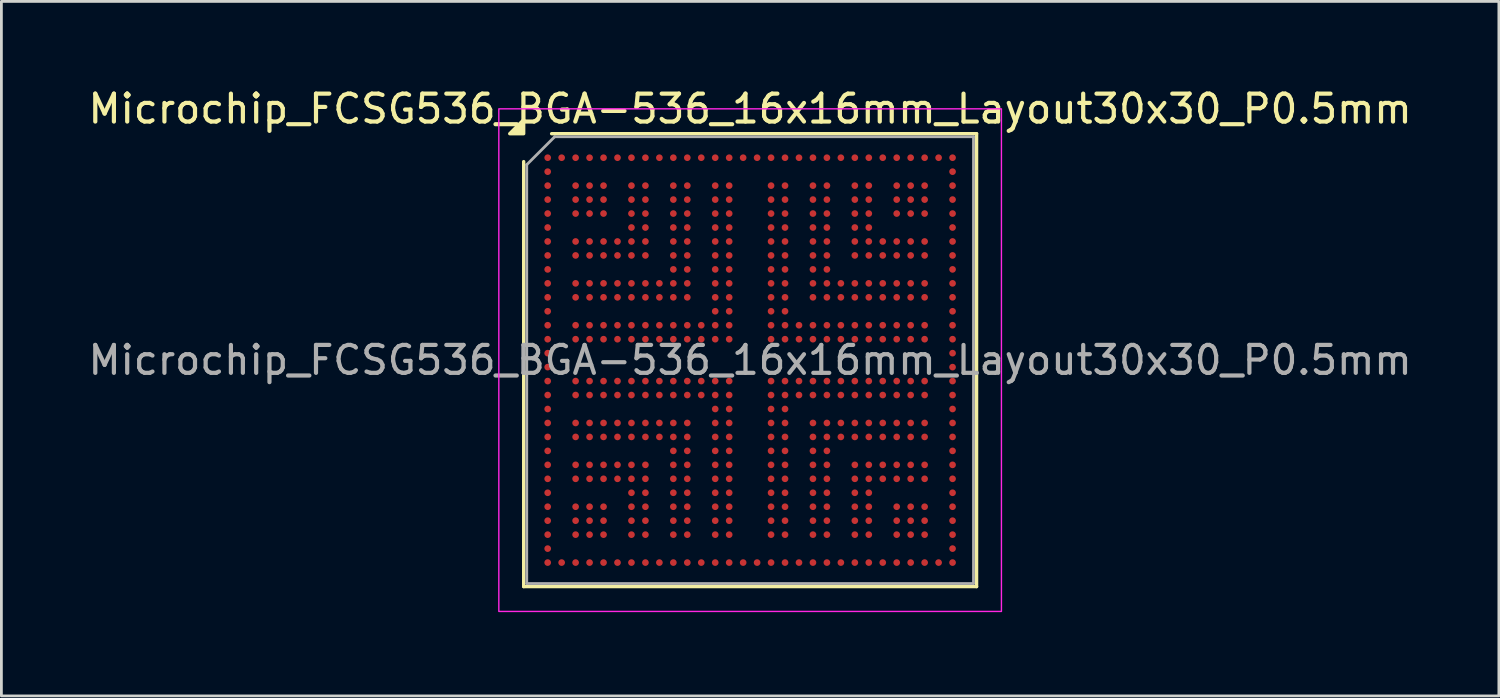
<source format=kicad_pcb>
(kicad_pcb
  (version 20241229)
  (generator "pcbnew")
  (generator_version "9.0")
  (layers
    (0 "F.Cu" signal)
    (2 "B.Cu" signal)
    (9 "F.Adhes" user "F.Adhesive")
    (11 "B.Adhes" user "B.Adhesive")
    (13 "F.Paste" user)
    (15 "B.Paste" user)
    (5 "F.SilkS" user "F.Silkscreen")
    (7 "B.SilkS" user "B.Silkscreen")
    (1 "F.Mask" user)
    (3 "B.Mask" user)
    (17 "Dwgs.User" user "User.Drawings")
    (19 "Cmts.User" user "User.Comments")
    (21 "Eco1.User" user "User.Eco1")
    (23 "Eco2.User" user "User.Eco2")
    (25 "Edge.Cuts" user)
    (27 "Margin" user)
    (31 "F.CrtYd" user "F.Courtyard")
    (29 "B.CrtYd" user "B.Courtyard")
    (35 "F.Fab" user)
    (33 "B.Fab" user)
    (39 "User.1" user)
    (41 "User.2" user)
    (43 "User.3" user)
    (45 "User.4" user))
  (footprint "Microchip_FCSG536_BGA-536_16x16mm_Layout30x30_P0.5mm"
    (layer "F.Cu")
    (at 23.815 9.848)
    (property "Reference" "Microchip_FCSG536_BGA-536_16x16mm_Layout30x30_P0.5mm" (at 0 -9 0) (layer "F.SilkS") (effects (font (size 1 1) (thickness 0.15))))
    (attr smd)
    (fp_line (start -8.11 8.11) (end -8.11 -7.11) (stroke (width 0.12) (type solid)) (layer "F.SilkS"))
    (fp_line (start -7.11 -8.11) (end 8.11 -8.11) (stroke (width 0.12) (type solid)) (layer "F.SilkS"))
    (fp_line (start 8.11 -8.11) (end 8.11 8.11) (stroke (width 0.12) (type solid)) (layer "F.SilkS"))
    (fp_line (start 8.11 8.11) (end -8.11 8.11) (stroke (width 0.12) (type solid)) (layer "F.SilkS"))
    (fp_poly (pts (xy -8.11 -8.11) (xy -8.61 -8.11) (xy -8.11 -8.61)) (stroke (width 0.12) (type solid)) (fill yes) (layer "F.SilkS"))
    (fp_rect (start -9 -9) (end 9 9) (stroke (width 0.05) (type solid)) (fill no) (layer "F.CrtYd"))
    (fp_line (start -8 -7) (end -7 -8) (stroke (width 0.1) (type solid)) (layer "F.Fab"))
    (fp_line (start -8 8) (end -8 -7) (stroke (width 0.1) (type solid)) (layer "F.Fab"))
    (fp_line (start -7 -8) (end 8 -8) (stroke (width 0.1) (type solid)) (layer "F.Fab"))
    (fp_line (start 8 -8) (end 8 8) (stroke (width 0.1) (type solid)) (layer "F.Fab"))
    (fp_line (start 8 8) (end -8 8) (stroke (width 0.1) (type solid)) (layer "F.Fab"))
    (fp_text user "${REFERENCE}" (at 0 0 0) (layer "F.Fab") (effects (font (size 1 1) (thickness 0.15))))
    (pad "A1" smd circle (at -7.25 -7.25) (size 0.24 0.24) (property pad_prop_bga) (layers "F.Cu" "F.Mask" "F.Paste"))
    (pad "A2" smd circle (at -6.75 -7.25) (size 0.24 0.24) (property pad_prop_bga) (layers "F.Cu" "F.Mask" "F.Paste"))
    (pad "A3" smd circle (at -6.25 -7.25) (size 0.24 0.24) (property pad_prop_bga) (layers "F.Cu" "F.Mask" "F.Paste"))
    (pad "A4" smd circle (at -5.75 -7.25) (size 0.24 0.24) (property pad_prop_bga) (layers "F.Cu" "F.Mask" "F.Paste"))
    (pad "A5" smd circle (at -5.25 -7.25) (size 0.24 0.24) (property pad_prop_bga) (layers "F.Cu" "F.Mask" "F.Paste"))
    (pad "A6" smd circle (at -4.75 -7.25) (size 0.24 0.24) (property pad_prop_bga) (layers "F.Cu" "F.Mask" "F.Paste"))
    (pad "A7" smd circle (at -4.25 -7.25) (size 0.24 0.24) (property pad_prop_bga) (layers "F.Cu" "F.Mask" "F.Paste"))
    (pad "A8" smd circle (at -3.75 -7.25) (size 0.24 0.24) (property pad_prop_bga) (layers "F.Cu" "F.Mask" "F.Paste"))
    (pad "A9" smd circle (at -3.25 -7.25) (size 0.24 0.24) (property pad_prop_bga) (layers "F.Cu" "F.Mask" "F.Paste"))
    (pad "A10" smd circle (at -2.75 -7.25) (size 0.24 0.24) (property pad_prop_bga) (layers "F.Cu" "F.Mask" "F.Paste"))
    (pad "A11" smd circle (at -2.25 -7.25) (size 0.24 0.24) (property pad_prop_bga) (layers "F.Cu" "F.Mask" "F.Paste"))
    (pad "A12" smd circle (at -1.75 -7.25) (size 0.24 0.24) (property pad_prop_bga) (layers "F.Cu" "F.Mask" "F.Paste"))
    (pad "A13" smd circle (at -1.25 -7.25) (size 0.24 0.24) (property pad_prop_bga) (layers "F.Cu" "F.Mask" "F.Paste"))
    (pad "A14" smd circle (at -0.75 -7.25) (size 0.24 0.24) (property pad_prop_bga) (layers "F.Cu" "F.Mask" "F.Paste"))
    (pad "A15" smd circle (at -0.25 -7.25) (size 0.24 0.24) (property pad_prop_bga) (layers "F.Cu" "F.Mask" "F.Paste"))
    (pad "A16" smd circle (at 0.25 -7.25) (size 0.24 0.24) (property pad_prop_bga) (layers "F.Cu" "F.Mask" "F.Paste"))
    (pad "A17" smd circle (at 0.75 -7.25) (size 0.24 0.24) (property pad_prop_bga) (layers "F.Cu" "F.Mask" "F.Paste"))
    (pad "A18" smd circle (at 1.25 -7.25) (size 0.24 0.24) (property pad_prop_bga) (layers "F.Cu" "F.Mask" "F.Paste"))
    (pad "A19" smd circle (at 1.75 -7.25) (size 0.24 0.24) (property pad_prop_bga) (layers "F.Cu" "F.Mask" "F.Paste"))
    (pad "A20" smd circle (at 2.25 -7.25) (size 0.24 0.24) (property pad_prop_bga) (layers "F.Cu" "F.Mask" "F.Paste"))
    (pad "A21" smd circle (at 2.75 -7.25) (size 0.24 0.24) (property pad_prop_bga) (layers "F.Cu" "F.Mask" "F.Paste"))
    (pad "A22" smd circle (at 3.25 -7.25) (size 0.24 0.24) (property pad_prop_bga) (layers "F.Cu" "F.Mask" "F.Paste"))
    (pad "A23" smd circle (at 3.75 -7.25) (size 0.24 0.24) (property pad_prop_bga) (layers "F.Cu" "F.Mask" "F.Paste"))
    (pad "A24" smd circle (at 4.25 -7.25) (size 0.24 0.24) (property pad_prop_bga) (layers "F.Cu" "F.Mask" "F.Paste"))
    (pad "A25" smd circle (at 4.75 -7.25) (size 0.24 0.24) (property pad_prop_bga) (layers "F.Cu" "F.Mask" "F.Paste"))
    (pad "A26" smd circle (at 5.25 -7.25) (size 0.24 0.24) (property pad_prop_bga) (layers "F.Cu" "F.Mask" "F.Paste"))
    (pad "A27" smd circle (at 5.75 -7.25) (size 0.24 0.24) (property pad_prop_bga) (layers "F.Cu" "F.Mask" "F.Paste"))
    (pad "A28" smd circle (at 6.25 -7.25) (size 0.24 0.24) (property pad_prop_bga) (layers "F.Cu" "F.Mask" "F.Paste"))
    (pad "A29" smd circle (at 6.75 -7.25) (size 0.24 0.24) (property pad_prop_bga) (layers "F.Cu" "F.Mask" "F.Paste"))
    (pad "A30" smd circle (at 7.25 -7.25) (size 0.24 0.24) (property pad_prop_bga) (layers "F.Cu" "F.Mask" "F.Paste"))
    (pad "AA1" smd circle (at -7.25 2.75) (size 0.24 0.24) (property pad_prop_bga) (layers "F.Cu" "F.Mask" "F.Paste"))
    (pad "AA3" smd circle (at -6.25 2.75) (size 0.24 0.24) (property pad_prop_bga) (layers "F.Cu" "F.Mask" "F.Paste"))
    (pad "AA4" smd circle (at -5.75 2.75) (size 0.24 0.24) (property pad_prop_bga) (layers "F.Cu" "F.Mask" "F.Paste"))
    (pad "AA5" smd circle (at -5.25 2.75) (size 0.24 0.24) (property pad_prop_bga) (layers "F.Cu" "F.Mask" "F.Paste"))
    (pad "AA6" smd circle (at -4.75 2.75) (size 0.24 0.24) (property pad_prop_bga) (layers "F.Cu" "F.Mask" "F.Paste"))
    (pad "AA7" smd circle (at -4.25 2.75) (size 0.24 0.24) (property pad_prop_bga) (layers "F.Cu" "F.Mask" "F.Paste"))
    (pad "AA8" smd circle (at -3.75 2.75) (size 0.24 0.24) (property pad_prop_bga) (layers "F.Cu" "F.Mask" "F.Paste"))
    (pad "AA9" smd circle (at -3.25 2.75) (size 0.24 0.24) (property pad_prop_bga) (layers "F.Cu" "F.Mask" "F.Paste"))
    (pad "AA10" smd circle (at -2.75 2.75) (size 0.24 0.24) (property pad_prop_bga) (layers "F.Cu" "F.Mask" "F.Paste"))
    (pad "AA11" smd circle (at -2.25 2.75) (size 0.24 0.24) (property pad_prop_bga) (layers "F.Cu" "F.Mask" "F.Paste"))
    (pad "AA13" smd circle (at -1.25 2.75) (size 0.24 0.24) (property pad_prop_bga) (layers "F.Cu" "F.Mask" "F.Paste"))
    (pad "AA14" smd circle (at -0.75 2.75) (size 0.24 0.24) (property pad_prop_bga) (layers "F.Cu" "F.Mask" "F.Paste"))
    (pad "AA17" smd circle (at 0.75 2.75) (size 0.24 0.24) (property pad_prop_bga) (layers "F.Cu" "F.Mask" "F.Paste"))
    (pad "AA18" smd circle (at 1.25 2.75) (size 0.24 0.24) (property pad_prop_bga) (layers "F.Cu" "F.Mask" "F.Paste"))
    (pad "AA20" smd circle (at 2.25 2.75) (size 0.24 0.24) (property pad_prop_bga) (layers "F.Cu" "F.Mask" "F.Paste"))
    (pad "AA21" smd circle (at 2.75 2.75) (size 0.24 0.24) (property pad_prop_bga) (layers "F.Cu" "F.Mask" "F.Paste"))
    (pad "AA22" smd circle (at 3.25 2.75) (size 0.24 0.24) (property pad_prop_bga) (layers "F.Cu" "F.Mask" "F.Paste"))
    (pad "AA23" smd circle (at 3.75 2.75) (size 0.24 0.24) (property pad_prop_bga) (layers "F.Cu" "F.Mask" "F.Paste"))
    (pad "AA24" smd circle (at 4.25 2.75) (size 0.24 0.24) (property pad_prop_bga) (layers "F.Cu" "F.Mask" "F.Paste"))
    (pad "AA25" smd circle (at 4.75 2.75) (size 0.24 0.24) (property pad_prop_bga) (layers "F.Cu" "F.Mask" "F.Paste"))
    (pad "AA26" smd circle (at 5.25 2.75) (size 0.24 0.24) (property pad_prop_bga) (layers "F.Cu" "F.Mask" "F.Paste"))
    (pad "AA27" smd circle (at 5.75 2.75) (size 0.24 0.24) (property pad_prop_bga) (layers "F.Cu" "F.Mask" "F.Paste"))
    (pad "AA28" smd circle (at 6.25 2.75) (size 0.24 0.24) (property pad_prop_bga) (layers "F.Cu" "F.Mask" "F.Paste"))
    (pad "AA30" smd circle (at 7.25 2.75) (size 0.24 0.24) (property pad_prop_bga) (layers "F.Cu" "F.Mask" "F.Paste"))
    (pad "AB1" smd circle (at -7.25 3.25) (size 0.24 0.24) (property pad_prop_bga) (layers "F.Cu" "F.Mask" "F.Paste"))
    (pad "AB10" smd circle (at -2.75 3.25) (size 0.24 0.24) (property pad_prop_bga) (layers "F.Cu" "F.Mask" "F.Paste"))
    (pad "AB11" smd circle (at -2.25 3.25) (size 0.24 0.24) (property pad_prop_bga) (layers "F.Cu" "F.Mask" "F.Paste"))
    (pad "AB13" smd circle (at -1.25 3.25) (size 0.24 0.24) (property pad_prop_bga) (layers "F.Cu" "F.Mask" "F.Paste"))
    (pad "AB14" smd circle (at -0.75 3.25) (size 0.24 0.24) (property pad_prop_bga) (layers "F.Cu" "F.Mask" "F.Paste"))
    (pad "AB17" smd circle (at 0.75 3.25) (size 0.24 0.24) (property pad_prop_bga) (layers "F.Cu" "F.Mask" "F.Paste"))
    (pad "AB18" smd circle (at 1.25 3.25) (size 0.24 0.24) (property pad_prop_bga) (layers "F.Cu" "F.Mask" "F.Paste"))
    (pad "AB20" smd circle (at 2.25 3.25) (size 0.24 0.24) (property pad_prop_bga) (layers "F.Cu" "F.Mask" "F.Paste"))
    (pad "AB21" smd circle (at 2.75 3.25) (size 0.24 0.24) (property pad_prop_bga) (layers "F.Cu" "F.Mask" "F.Paste"))
    (pad "AB30" smd circle (at 7.25 3.25) (size 0.24 0.24) (property pad_prop_bga) (layers "F.Cu" "F.Mask" "F.Paste"))
    (pad "AC1" smd circle (at -7.25 3.75) (size 0.24 0.24) (property pad_prop_bga) (layers "F.Cu" "F.Mask" "F.Paste"))
    (pad "AC3" smd circle (at -6.25 3.75) (size 0.24 0.24) (property pad_prop_bga) (layers "F.Cu" "F.Mask" "F.Paste"))
    (pad "AC4" smd circle (at -5.75 3.75) (size 0.24 0.24) (property pad_prop_bga) (layers "F.Cu" "F.Mask" "F.Paste"))
    (pad "AC5" smd circle (at -5.25 3.75) (size 0.24 0.24) (property pad_prop_bga) (layers "F.Cu" "F.Mask" "F.Paste"))
    (pad "AC6" smd circle (at -4.75 3.75) (size 0.24 0.24) (property pad_prop_bga) (layers "F.Cu" "F.Mask" "F.Paste"))
    (pad "AC7" smd circle (at -4.25 3.75) (size 0.24 0.24) (property pad_prop_bga) (layers "F.Cu" "F.Mask" "F.Paste"))
    (pad "AC8" smd circle (at -3.75 3.75) (size 0.24 0.24) (property pad_prop_bga) (layers "F.Cu" "F.Mask" "F.Paste"))
    (pad "AC10" smd circle (at -2.75 3.75) (size 0.24 0.24) (property pad_prop_bga) (layers "F.Cu" "F.Mask" "F.Paste"))
    (pad "AC11" smd circle (at -2.25 3.75) (size 0.24 0.24) (property pad_prop_bga) (layers "F.Cu" "F.Mask" "F.Paste"))
    (pad "AC13" smd circle (at -1.25 3.75) (size 0.24 0.24) (property pad_prop_bga) (layers "F.Cu" "F.Mask" "F.Paste"))
    (pad "AC14" smd circle (at -0.75 3.75) (size 0.24 0.24) (property pad_prop_bga) (layers "F.Cu" "F.Mask" "F.Paste"))
    (pad "AC17" smd circle (at 0.75 3.75) (size 0.24 0.24) (property pad_prop_bga) (layers "F.Cu" "F.Mask" "F.Paste"))
    (pad "AC18" smd circle (at 1.25 3.75) (size 0.24 0.24) (property pad_prop_bga) (layers "F.Cu" "F.Mask" "F.Paste"))
    (pad "AC20" smd circle (at 2.25 3.75) (size 0.24 0.24) (property pad_prop_bga) (layers "F.Cu" "F.Mask" "F.Paste"))
    (pad "AC21" smd circle (at 2.75 3.75) (size 0.24 0.24) (property pad_prop_bga) (layers "F.Cu" "F.Mask" "F.Paste"))
    (pad "AC23" smd circle (at 3.75 3.75) (size 0.24 0.24) (property pad_prop_bga) (layers "F.Cu" "F.Mask" "F.Paste"))
    (pad "AC24" smd circle (at 4.25 3.75) (size 0.24 0.24) (property pad_prop_bga) (layers "F.Cu" "F.Mask" "F.Paste"))
    (pad "AC25" smd circle (at 4.75 3.75) (size 0.24 0.24) (property pad_prop_bga) (layers "F.Cu" "F.Mask" "F.Paste"))
    (pad "AC26" smd circle (at 5.25 3.75) (size 0.24 0.24) (property pad_prop_bga) (layers "F.Cu" "F.Mask" "F.Paste"))
    (pad "AC27" smd circle (at 5.75 3.75) (size 0.24 0.24) (property pad_prop_bga) (layers "F.Cu" "F.Mask" "F.Paste"))
    (pad "AC28" smd circle (at 6.25 3.75) (size 0.24 0.24) (property pad_prop_bga) (layers "F.Cu" "F.Mask" "F.Paste"))
    (pad "AC30" smd circle (at 7.25 3.75) (size 0.24 0.24) (property pad_prop_bga) (layers "F.Cu" "F.Mask" "F.Paste"))
    (pad "AD1" smd circle (at -7.25 4.25) (size 0.24 0.24) (property pad_prop_bga) (layers "F.Cu" "F.Mask" "F.Paste"))
    (pad "AD3" smd circle (at -6.25 4.25) (size 0.24 0.24) (property pad_prop_bga) (layers "F.Cu" "F.Mask" "F.Paste"))
    (pad "AD4" smd circle (at -5.75 4.25) (size 0.24 0.24) (property pad_prop_bga) (layers "F.Cu" "F.Mask" "F.Paste"))
    (pad "AD5" smd circle (at -5.25 4.25) (size 0.24 0.24) (property pad_prop_bga) (layers "F.Cu" "F.Mask" "F.Paste"))
    (pad "AD6" smd circle (at -4.75 4.25) (size 0.24 0.24) (property pad_prop_bga) (layers "F.Cu" "F.Mask" "F.Paste"))
    (pad "AD7" smd circle (at -4.25 4.25) (size 0.24 0.24) (property pad_prop_bga) (layers "F.Cu" "F.Mask" "F.Paste"))
    (pad "AD8" smd circle (at -3.75 4.25) (size 0.24 0.24) (property pad_prop_bga) (layers "F.Cu" "F.Mask" "F.Paste"))
    (pad "AD10" smd circle (at -2.75 4.25) (size 0.24 0.24) (property pad_prop_bga) (layers "F.Cu" "F.Mask" "F.Paste"))
    (pad "AD11" smd circle (at -2.25 4.25) (size 0.24 0.24) (property pad_prop_bga) (layers "F.Cu" "F.Mask" "F.Paste"))
    (pad "AD13" smd circle (at -1.25 4.25) (size 0.24 0.24) (property pad_prop_bga) (layers "F.Cu" "F.Mask" "F.Paste"))
    (pad "AD14" smd circle (at -0.75 4.25) (size 0.24 0.24) (property pad_prop_bga) (layers "F.Cu" "F.Mask" "F.Paste"))
    (pad "AD17" smd circle (at 0.75 4.25) (size 0.24 0.24) (property pad_prop_bga) (layers "F.Cu" "F.Mask" "F.Paste"))
    (pad "AD18" smd circle (at 1.25 4.25) (size 0.24 0.24) (property pad_prop_bga) (layers "F.Cu" "F.Mask" "F.Paste"))
    (pad "AD20" smd circle (at 2.25 4.25) (size 0.24 0.24) (property pad_prop_bga) (layers "F.Cu" "F.Mask" "F.Paste"))
    (pad "AD21" smd circle (at 2.75 4.25) (size 0.24 0.24) (property pad_prop_bga) (layers "F.Cu" "F.Mask" "F.Paste"))
    (pad "AD23" smd circle (at 3.75 4.25) (size 0.24 0.24) (property pad_prop_bga) (layers "F.Cu" "F.Mask" "F.Paste"))
    (pad "AD24" smd circle (at 4.25 4.25) (size 0.24 0.24) (property pad_prop_bga) (layers "F.Cu" "F.Mask" "F.Paste"))
    (pad "AD25" smd circle (at 4.75 4.25) (size 0.24 0.24) (property pad_prop_bga) (layers "F.Cu" "F.Mask" "F.Paste"))
    (pad "AD26" smd circle (at 5.25 4.25) (size 0.24 0.24) (property pad_prop_bga) (layers "F.Cu" "F.Mask" "F.Paste"))
    (pad "AD27" smd circle (at 5.75 4.25) (size 0.24 0.24) (property pad_prop_bga) (layers "F.Cu" "F.Mask" "F.Paste"))
    (pad "AD28" smd circle (at 6.25 4.25) (size 0.24 0.24) (property pad_prop_bga) (layers "F.Cu" "F.Mask" "F.Paste"))
    (pad "AD30" smd circle (at 7.25 4.25) (size 0.24 0.24) (property pad_prop_bga) (layers "F.Cu" "F.Mask" "F.Paste"))
    (pad "AE1" smd circle (at -7.25 4.75) (size 0.24 0.24) (property pad_prop_bga) (layers "F.Cu" "F.Mask" "F.Paste"))
    (pad "AE7" smd circle (at -4.25 4.75) (size 0.24 0.24) (property pad_prop_bga) (layers "F.Cu" "F.Mask" "F.Paste"))
    (pad "AE8" smd circle (at -3.75 4.75) (size 0.24 0.24) (property pad_prop_bga) (layers "F.Cu" "F.Mask" "F.Paste"))
    (pad "AE10" smd circle (at -2.75 4.75) (size 0.24 0.24) (property pad_prop_bga) (layers "F.Cu" "F.Mask" "F.Paste"))
    (pad "AE11" smd circle (at -2.25 4.75) (size 0.24 0.24) (property pad_prop_bga) (layers "F.Cu" "F.Mask" "F.Paste"))
    (pad "AE13" smd circle (at -1.25 4.75) (size 0.24 0.24) (property pad_prop_bga) (layers "F.Cu" "F.Mask" "F.Paste"))
    (pad "AE14" smd circle (at -0.75 4.75) (size 0.24 0.24) (property pad_prop_bga) (layers "F.Cu" "F.Mask" "F.Paste"))
    (pad "AE17" smd circle (at 0.75 4.75) (size 0.24 0.24) (property pad_prop_bga) (layers "F.Cu" "F.Mask" "F.Paste"))
    (pad "AE18" smd circle (at 1.25 4.75) (size 0.24 0.24) (property pad_prop_bga) (layers "F.Cu" "F.Mask" "F.Paste"))
    (pad "AE20" smd circle (at 2.25 4.75) (size 0.24 0.24) (property pad_prop_bga) (layers "F.Cu" "F.Mask" "F.Paste"))
    (pad "AE21" smd circle (at 2.75 4.75) (size 0.24 0.24) (property pad_prop_bga) (layers "F.Cu" "F.Mask" "F.Paste"))
    (pad "AE23" smd circle (at 3.75 4.75) (size 0.24 0.24) (property pad_prop_bga) (layers "F.Cu" "F.Mask" "F.Paste"))
    (pad "AE24" smd circle (at 4.25 4.75) (size 0.24 0.24) (property pad_prop_bga) (layers "F.Cu" "F.Mask" "F.Paste"))
    (pad "AE30" smd circle (at 7.25 4.75) (size 0.24 0.24) (property pad_prop_bga) (layers "F.Cu" "F.Mask" "F.Paste"))
    (pad "AF1" smd circle (at -7.25 5.25) (size 0.24 0.24) (property pad_prop_bga) (layers "F.Cu" "F.Mask" "F.Paste"))
    (pad "AF3" smd circle (at -6.25 5.25) (size 0.24 0.24) (property pad_prop_bga) (layers "F.Cu" "F.Mask" "F.Paste"))
    (pad "AF4" smd circle (at -5.75 5.25) (size 0.24 0.24) (property pad_prop_bga) (layers "F.Cu" "F.Mask" "F.Paste"))
    (pad "AF5" smd circle (at -5.25 5.25) (size 0.24 0.24) (property pad_prop_bga) (layers "F.Cu" "F.Mask" "F.Paste"))
    (pad "AF7" smd circle (at -4.25 5.25) (size 0.24 0.24) (property pad_prop_bga) (layers "F.Cu" "F.Mask" "F.Paste"))
    (pad "AF8" smd circle (at -3.75 5.25) (size 0.24 0.24) (property pad_prop_bga) (layers "F.Cu" "F.Mask" "F.Paste"))
    (pad "AF10" smd circle (at -2.75 5.25) (size 0.24 0.24) (property pad_prop_bga) (layers "F.Cu" "F.Mask" "F.Paste"))
    (pad "AF11" smd circle (at -2.25 5.25) (size 0.24 0.24) (property pad_prop_bga) (layers "F.Cu" "F.Mask" "F.Paste"))
    (pad "AF13" smd circle (at -1.25 5.25) (size 0.24 0.24) (property pad_prop_bga) (layers "F.Cu" "F.Mask" "F.Paste"))
    (pad "AF14" smd circle (at -0.75 5.25) (size 0.24 0.24) (property pad_prop_bga) (layers "F.Cu" "F.Mask" "F.Paste"))
    (pad "AF17" smd circle (at 0.75 5.25) (size 0.24 0.24) (property pad_prop_bga) (layers "F.Cu" "F.Mask" "F.Paste"))
    (pad "AF18" smd circle (at 1.25 5.25) (size 0.24 0.24) (property pad_prop_bga) (layers "F.Cu" "F.Mask" "F.Paste"))
    (pad "AF20" smd circle (at 2.25 5.25) (size 0.24 0.24) (property pad_prop_bga) (layers "F.Cu" "F.Mask" "F.Paste"))
    (pad "AF21" smd circle (at 2.75 5.25) (size 0.24 0.24) (property pad_prop_bga) (layers "F.Cu" "F.Mask" "F.Paste"))
    (pad "AF23" smd circle (at 3.75 5.25) (size 0.24 0.24) (property pad_prop_bga) (layers "F.Cu" "F.Mask" "F.Paste"))
    (pad "AF24" smd circle (at 4.25 5.25) (size 0.24 0.24) (property pad_prop_bga) (layers "F.Cu" "F.Mask" "F.Paste"))
    (pad "AF26" smd circle (at 5.25 5.25) (size 0.24 0.24) (property pad_prop_bga) (layers "F.Cu" "F.Mask" "F.Paste"))
    (pad "AF27" smd circle (at 5.75 5.25) (size 0.24 0.24) (property pad_prop_bga) (layers "F.Cu" "F.Mask" "F.Paste"))
    (pad "AF28" smd circle (at 6.25 5.25) (size 0.24 0.24) (property pad_prop_bga) (layers "F.Cu" "F.Mask" "F.Paste"))
    (pad "AF30" smd circle (at 7.25 5.25) (size 0.24 0.24) (property pad_prop_bga) (layers "F.Cu" "F.Mask" "F.Paste"))
    (pad "AG1" smd circle (at -7.25 5.75) (size 0.24 0.24) (property pad_prop_bga) (layers "F.Cu" "F.Mask" "F.Paste"))
    (pad "AG3" smd circle (at -6.25 5.75) (size 0.24 0.24) (property pad_prop_bga) (layers "F.Cu" "F.Mask" "F.Paste"))
    (pad "AG4" smd circle (at -5.75 5.75) (size 0.24 0.24) (property pad_prop_bga) (layers "F.Cu" "F.Mask" "F.Paste"))
    (pad "AG5" smd circle (at -5.25 5.75) (size 0.24 0.24) (property pad_prop_bga) (layers "F.Cu" "F.Mask" "F.Paste"))
    (pad "AG7" smd circle (at -4.25 5.75) (size 0.24 0.24) (property pad_prop_bga) (layers "F.Cu" "F.Mask" "F.Paste"))
    (pad "AG8" smd circle (at -3.75 5.75) (size 0.24 0.24) (property pad_prop_bga) (layers "F.Cu" "F.Mask" "F.Paste"))
    (pad "AG10" smd circle (at -2.75 5.75) (size 0.24 0.24) (property pad_prop_bga) (layers "F.Cu" "F.Mask" "F.Paste"))
    (pad "AG11" smd circle (at -2.25 5.75) (size 0.24 0.24) (property pad_prop_bga) (layers "F.Cu" "F.Mask" "F.Paste"))
    (pad "AG13" smd circle (at -1.25 5.75) (size 0.24 0.24) (property pad_prop_bga) (layers "F.Cu" "F.Mask" "F.Paste"))
    (pad "AG14" smd circle (at -0.75 5.75) (size 0.24 0.24) (property pad_prop_bga) (layers "F.Cu" "F.Mask" "F.Paste"))
    (pad "AG17" smd circle (at 0.75 5.75) (size 0.24 0.24) (property pad_prop_bga) (layers "F.Cu" "F.Mask" "F.Paste"))
    (pad "AG18" smd circle (at 1.25 5.75) (size 0.24 0.24) (property pad_prop_bga) (layers "F.Cu" "F.Mask" "F.Paste"))
    (pad "AG20" smd circle (at 2.25 5.75) (size 0.24 0.24) (property pad_prop_bga) (layers "F.Cu" "F.Mask" "F.Paste"))
    (pad "AG21" smd circle (at 2.75 5.75) (size 0.24 0.24) (property pad_prop_bga) (layers "F.Cu" "F.Mask" "F.Paste"))
    (pad "AG23" smd circle (at 3.75 5.75) (size 0.24 0.24) (property pad_prop_bga) (layers "F.Cu" "F.Mask" "F.Paste"))
    (pad "AG24" smd circle (at 4.25 5.75) (size 0.24 0.24) (property pad_prop_bga) (layers "F.Cu" "F.Mask" "F.Paste"))
    (pad "AG26" smd circle (at 5.25 5.75) (size 0.24 0.24) (property pad_prop_bga) (layers "F.Cu" "F.Mask" "F.Paste"))
    (pad "AG27" smd circle (at 5.75 5.75) (size 0.24 0.24) (property pad_prop_bga) (layers "F.Cu" "F.Mask" "F.Paste"))
    (pad "AG28" smd circle (at 6.25 5.75) (size 0.24 0.24) (property pad_prop_bga) (layers "F.Cu" "F.Mask" "F.Paste"))
    (pad "AG30" smd circle (at 7.25 5.75) (size 0.24 0.24) (property pad_prop_bga) (layers "F.Cu" "F.Mask" "F.Paste"))
    (pad "AH1" smd circle (at -7.25 6.25) (size 0.24 0.24) (property pad_prop_bga) (layers "F.Cu" "F.Mask" "F.Paste"))
    (pad "AH3" smd circle (at -6.25 6.25) (size 0.24 0.24) (property pad_prop_bga) (layers "F.Cu" "F.Mask" "F.Paste"))
    (pad "AH4" smd circle (at -5.75 6.25) (size 0.24 0.24) (property pad_prop_bga) (layers "F.Cu" "F.Mask" "F.Paste"))
    (pad "AH5" smd circle (at -5.25 6.25) (size 0.24 0.24) (property pad_prop_bga) (layers "F.Cu" "F.Mask" "F.Paste"))
    (pad "AH7" smd circle (at -4.25 6.25) (size 0.24 0.24) (property pad_prop_bga) (layers "F.Cu" "F.Mask" "F.Paste"))
    (pad "AH8" smd circle (at -3.75 6.25) (size 0.24 0.24) (property pad_prop_bga) (layers "F.Cu" "F.Mask" "F.Paste"))
    (pad "AH10" smd circle (at -2.75 6.25) (size 0.24 0.24) (property pad_prop_bga) (layers "F.Cu" "F.Mask" "F.Paste"))
    (pad "AH11" smd circle (at -2.25 6.25) (size 0.24 0.24) (property pad_prop_bga) (layers "F.Cu" "F.Mask" "F.Paste"))
    (pad "AH13" smd circle (at -1.25 6.25) (size 0.24 0.24) (property pad_prop_bga) (layers "F.Cu" "F.Mask" "F.Paste"))
    (pad "AH14" smd circle (at -0.75 6.25) (size 0.24 0.24) (property pad_prop_bga) (layers "F.Cu" "F.Mask" "F.Paste"))
    (pad "AH17" smd circle (at 0.75 6.25) (size 0.24 0.24) (property pad_prop_bga) (layers "F.Cu" "F.Mask" "F.Paste"))
    (pad "AH18" smd circle (at 1.25 6.25) (size 0.24 0.24) (property pad_prop_bga) (layers "F.Cu" "F.Mask" "F.Paste"))
    (pad "AH20" smd circle (at 2.25 6.25) (size 0.24 0.24) (property pad_prop_bga) (layers "F.Cu" "F.Mask" "F.Paste"))
    (pad "AH21" smd circle (at 2.75 6.25) (size 0.24 0.24) (property pad_prop_bga) (layers "F.Cu" "F.Mask" "F.Paste"))
    (pad "AH23" smd circle (at 3.75 6.25) (size 0.24 0.24) (property pad_prop_bga) (layers "F.Cu" "F.Mask" "F.Paste"))
    (pad "AH24" smd circle (at 4.25 6.25) (size 0.24 0.24) (property pad_prop_bga) (layers "F.Cu" "F.Mask" "F.Paste"))
    (pad "AH26" smd circle (at 5.25 6.25) (size 0.24 0.24) (property pad_prop_bga) (layers "F.Cu" "F.Mask" "F.Paste"))
    (pad "AH27" smd circle (at 5.75 6.25) (size 0.24 0.24) (property pad_prop_bga) (layers "F.Cu" "F.Mask" "F.Paste"))
    (pad "AH28" smd circle (at 6.25 6.25) (size 0.24 0.24) (property pad_prop_bga) (layers "F.Cu" "F.Mask" "F.Paste"))
    (pad "AH30" smd circle (at 7.25 6.25) (size 0.24 0.24) (property pad_prop_bga) (layers "F.Cu" "F.Mask" "F.Paste"))
    (pad "AJ1" smd circle (at -7.25 6.75) (size 0.24 0.24) (property pad_prop_bga) (layers "F.Cu" "F.Mask" "F.Paste"))
    (pad "AJ30" smd circle (at 7.25 6.75) (size 0.24 0.24) (property pad_prop_bga) (layers "F.Cu" "F.Mask" "F.Paste"))
    (pad "AK1" smd circle (at -7.25 7.25) (size 0.24 0.24) (property pad_prop_bga) (layers "F.Cu" "F.Mask" "F.Paste"))
    (pad "AK2" smd circle (at -6.75 7.25) (size 0.24 0.24) (property pad_prop_bga) (layers "F.Cu" "F.Mask" "F.Paste"))
    (pad "AK3" smd circle (at -6.25 7.25) (size 0.24 0.24) (property pad_prop_bga) (layers "F.Cu" "F.Mask" "F.Paste"))
    (pad "AK4" smd circle (at -5.75 7.25) (size 0.24 0.24) (property pad_prop_bga) (layers "F.Cu" "F.Mask" "F.Paste"))
    (pad "AK5" smd circle (at -5.25 7.25) (size 0.24 0.24) (property pad_prop_bga) (layers "F.Cu" "F.Mask" "F.Paste"))
    (pad "AK6" smd circle (at -4.75 7.25) (size 0.24 0.24) (property pad_prop_bga) (layers "F.Cu" "F.Mask" "F.Paste"))
    (pad "AK7" smd circle (at -4.25 7.25) (size 0.24 0.24) (property pad_prop_bga) (layers "F.Cu" "F.Mask" "F.Paste"))
    (pad "AK8" smd circle (at -3.75 7.25) (size 0.24 0.24) (property pad_prop_bga) (layers "F.Cu" "F.Mask" "F.Paste"))
    (pad "AK9" smd circle (at -3.25 7.25) (size 0.24 0.24) (property pad_prop_bga) (layers "F.Cu" "F.Mask" "F.Paste"))
    (pad "AK10" smd circle (at -2.75 7.25) (size 0.24 0.24) (property pad_prop_bga) (layers "F.Cu" "F.Mask" "F.Paste"))
    (pad "AK11" smd circle (at -2.25 7.25) (size 0.24 0.24) (property pad_prop_bga) (layers "F.Cu" "F.Mask" "F.Paste"))
    (pad "AK12" smd circle (at -1.75 7.25) (size 0.24 0.24) (property pad_prop_bga) (layers "F.Cu" "F.Mask" "F.Paste"))
    (pad "AK13" smd circle (at -1.25 7.25) (size 0.24 0.24) (property pad_prop_bga) (layers "F.Cu" "F.Mask" "F.Paste"))
    (pad "AK14" smd circle (at -0.75 7.25) (size 0.24 0.24) (property pad_prop_bga) (layers "F.Cu" "F.Mask" "F.Paste"))
    (pad "AK15" smd circle (at -0.25 7.25) (size 0.24 0.24) (property pad_prop_bga) (layers "F.Cu" "F.Mask" "F.Paste"))
    (pad "AK16" smd circle (at 0.25 7.25) (size 0.24 0.24) (property pad_prop_bga) (layers "F.Cu" "F.Mask" "F.Paste"))
    (pad "AK17" smd circle (at 0.75 7.25) (size 0.24 0.24) (property pad_prop_bga) (layers "F.Cu" "F.Mask" "F.Paste"))
    (pad "AK18" smd circle (at 1.25 7.25) (size 0.24 0.24) (property pad_prop_bga) (layers "F.Cu" "F.Mask" "F.Paste"))
    (pad "AK19" smd circle (at 1.75 7.25) (size 0.24 0.24) (property pad_prop_bga) (layers "F.Cu" "F.Mask" "F.Paste"))
    (pad "AK20" smd circle (at 2.25 7.25) (size 0.24 0.24) (property pad_prop_bga) (layers "F.Cu" "F.Mask" "F.Paste"))
    (pad "AK21" smd circle (at 2.75 7.25) (size 0.24 0.24) (property pad_prop_bga) (layers "F.Cu" "F.Mask" "F.Paste"))
    (pad "AK22" smd circle (at 3.25 7.25) (size 0.24 0.24) (property pad_prop_bga) (layers "F.Cu" "F.Mask" "F.Paste"))
    (pad "AK23" smd circle (at 3.75 7.25) (size 0.24 0.24) (property pad_prop_bga) (layers "F.Cu" "F.Mask" "F.Paste"))
    (pad "AK24" smd circle (at 4.25 7.25) (size 0.24 0.24) (property pad_prop_bga) (layers "F.Cu" "F.Mask" "F.Paste"))
    (pad "AK25" smd circle (at 4.75 7.25) (size 0.24 0.24) (property pad_prop_bga) (layers "F.Cu" "F.Mask" "F.Paste"))
    (pad "AK26" smd circle (at 5.25 7.25) (size 0.24 0.24) (property pad_prop_bga) (layers "F.Cu" "F.Mask" "F.Paste"))
    (pad "AK27" smd circle (at 5.75 7.25) (size 0.24 0.24) (property pad_prop_bga) (layers "F.Cu" "F.Mask" "F.Paste"))
    (pad "AK28" smd circle (at 6.25 7.25) (size 0.24 0.24) (property pad_prop_bga) (layers "F.Cu" "F.Mask" "F.Paste"))
    (pad "AK29" smd circle (at 6.75 7.25) (size 0.24 0.24) (property pad_prop_bga) (layers "F.Cu" "F.Mask" "F.Paste"))
    (pad "AK30" smd circle (at 7.25 7.25) (size 0.24 0.24) (property pad_prop_bga) (layers "F.Cu" "F.Mask" "F.Paste"))
    (pad "B1" smd circle (at -7.25 -6.75) (size 0.24 0.24) (property pad_prop_bga) (layers "F.Cu" "F.Mask" "F.Paste"))
    (pad "B30" smd circle (at 7.25 -6.75) (size 0.24 0.24) (property pad_prop_bga) (layers "F.Cu" "F.Mask" "F.Paste"))
    (pad "C1" smd circle (at -7.25 -6.25) (size 0.24 0.24) (property pad_prop_bga) (layers "F.Cu" "F.Mask" "F.Paste"))
    (pad "C3" smd circle (at -6.25 -6.25) (size 0.24 0.24) (property pad_prop_bga) (layers "F.Cu" "F.Mask" "F.Paste"))
    (pad "C4" smd circle (at -5.75 -6.25) (size 0.24 0.24) (property pad_prop_bga) (layers "F.Cu" "F.Mask" "F.Paste"))
    (pad "C5" smd circle (at -5.25 -6.25) (size 0.24 0.24) (property pad_prop_bga) (layers "F.Cu" "F.Mask" "F.Paste"))
    (pad "C7" smd circle (at -4.25 -6.25) (size 0.24 0.24) (property pad_prop_bga) (layers "F.Cu" "F.Mask" "F.Paste"))
    (pad "C8" smd circle (at -3.75 -6.25) (size 0.24 0.24) (property pad_prop_bga) (layers "F.Cu" "F.Mask" "F.Paste"))
    (pad "C10" smd circle (at -2.75 -6.25) (size 0.24 0.24) (property pad_prop_bga) (layers "F.Cu" "F.Mask" "F.Paste"))
    (pad "C11" smd circle (at -2.25 -6.25) (size 0.24 0.24) (property pad_prop_bga) (layers "F.Cu" "F.Mask" "F.Paste"))
    (pad "C13" smd circle (at -1.25 -6.25) (size 0.24 0.24) (property pad_prop_bga) (layers "F.Cu" "F.Mask" "F.Paste"))
    (pad "C14" smd circle (at -0.75 -6.25) (size 0.24 0.24) (property pad_prop_bga) (layers "F.Cu" "F.Mask" "F.Paste"))
    (pad "C17" smd circle (at 0.75 -6.25) (size 0.24 0.24) (property pad_prop_bga) (layers "F.Cu" "F.Mask" "F.Paste"))
    (pad "C18" smd circle (at 1.25 -6.25) (size 0.24 0.24) (property pad_prop_bga) (layers "F.Cu" "F.Mask" "F.Paste"))
    (pad "C20" smd circle (at 2.25 -6.25) (size 0.24 0.24) (property pad_prop_bga) (layers "F.Cu" "F.Mask" "F.Paste"))
    (pad "C21" smd circle (at 2.75 -6.25) (size 0.24 0.24) (property pad_prop_bga) (layers "F.Cu" "F.Mask" "F.Paste"))
    (pad "C23" smd circle (at 3.75 -6.25) (size 0.24 0.24) (property pad_prop_bga) (layers "F.Cu" "F.Mask" "F.Paste"))
    (pad "C24" smd circle (at 4.25 -6.25) (size 0.24 0.24) (property pad_prop_bga) (layers "F.Cu" "F.Mask" "F.Paste"))
    (pad "C26" smd circle (at 5.25 -6.25) (size 0.24 0.24) (property pad_prop_bga) (layers "F.Cu" "F.Mask" "F.Paste"))
    (pad "C27" smd circle (at 5.75 -6.25) (size 0.24 0.24) (property pad_prop_bga) (layers "F.Cu" "F.Mask" "F.Paste"))
    (pad "C28" smd circle (at 6.25 -6.25) (size 0.24 0.24) (property pad_prop_bga) (layers "F.Cu" "F.Mask" "F.Paste"))
    (pad "C30" smd circle (at 7.25 -6.25) (size 0.24 0.24) (property pad_prop_bga) (layers "F.Cu" "F.Mask" "F.Paste"))
    (pad "D1" smd circle (at -7.25 -5.75) (size 0.24 0.24) (property pad_prop_bga) (layers "F.Cu" "F.Mask" "F.Paste"))
    (pad "D3" smd circle (at -6.25 -5.75) (size 0.24 0.24) (property pad_prop_bga) (layers "F.Cu" "F.Mask" "F.Paste"))
    (pad "D4" smd circle (at -5.75 -5.75) (size 0.24 0.24) (property pad_prop_bga) (layers "F.Cu" "F.Mask" "F.Paste"))
    (pad "D5" smd circle (at -5.25 -5.75) (size 0.24 0.24) (property pad_prop_bga) (layers "F.Cu" "F.Mask" "F.Paste"))
    (pad "D7" smd circle (at -4.25 -5.75) (size 0.24 0.24) (property pad_prop_bga) (layers "F.Cu" "F.Mask" "F.Paste"))
    (pad "D8" smd circle (at -3.75 -5.75) (size 0.24 0.24) (property pad_prop_bga) (layers "F.Cu" "F.Mask" "F.Paste"))
    (pad "D10" smd circle (at -2.75 -5.75) (size 0.24 0.24) (property pad_prop_bga) (layers "F.Cu" "F.Mask" "F.Paste"))
    (pad "D11" smd circle (at -2.25 -5.75) (size 0.24 0.24) (property pad_prop_bga) (layers "F.Cu" "F.Mask" "F.Paste"))
    (pad "D13" smd circle (at -1.25 -5.75) (size 0.24 0.24) (property pad_prop_bga) (layers "F.Cu" "F.Mask" "F.Paste"))
    (pad "D14" smd circle (at -0.75 -5.75) (size 0.24 0.24) (property pad_prop_bga) (layers "F.Cu" "F.Mask" "F.Paste"))
    (pad "D17" smd circle (at 0.75 -5.75) (size 0.24 0.24) (property pad_prop_bga) (layers "F.Cu" "F.Mask" "F.Paste"))
    (pad "D18" smd circle (at 1.25 -5.75) (size 0.24 0.24) (property pad_prop_bga) (layers "F.Cu" "F.Mask" "F.Paste"))
    (pad "D20" smd circle (at 2.25 -5.75) (size 0.24 0.24) (property pad_prop_bga) (layers "F.Cu" "F.Mask" "F.Paste"))
    (pad "D21" smd circle (at 2.75 -5.75) (size 0.24 0.24) (property pad_prop_bga) (layers "F.Cu" "F.Mask" "F.Paste"))
    (pad "D23" smd circle (at 3.75 -5.75) (size 0.24 0.24) (property pad_prop_bga) (layers "F.Cu" "F.Mask" "F.Paste"))
    (pad "D24" smd circle (at 4.25 -5.75) (size 0.24 0.24) (property pad_prop_bga) (layers "F.Cu" "F.Mask" "F.Paste"))
    (pad "D26" smd circle (at 5.25 -5.75) (size 0.24 0.24) (property pad_prop_bga) (layers "F.Cu" "F.Mask" "F.Paste"))
    (pad "D27" smd circle (at 5.75 -5.75) (size 0.24 0.24) (property pad_prop_bga) (layers "F.Cu" "F.Mask" "F.Paste"))
    (pad "D28" smd circle (at 6.25 -5.75) (size 0.24 0.24) (property pad_prop_bga) (layers "F.Cu" "F.Mask" "F.Paste"))
    (pad "D30" smd circle (at 7.25 -5.75) (size 0.24 0.24) (property pad_prop_bga) (layers "F.Cu" "F.Mask" "F.Paste"))
    (pad "E1" smd circle (at -7.25 -5.25) (size 0.24 0.24) (property pad_prop_bga) (layers "F.Cu" "F.Mask" "F.Paste"))
    (pad "E3" smd circle (at -6.25 -5.25) (size 0.24 0.24) (property pad_prop_bga) (layers "F.Cu" "F.Mask" "F.Paste"))
    (pad "E4" smd circle (at -5.75 -5.25) (size 0.24 0.24) (property pad_prop_bga) (layers "F.Cu" "F.Mask" "F.Paste"))
    (pad "E5" smd circle (at -5.25 -5.25) (size 0.24 0.24) (property pad_prop_bga) (layers "F.Cu" "F.Mask" "F.Paste"))
    (pad "E7" smd circle (at -4.25 -5.25) (size 0.24 0.24) (property pad_prop_bga) (layers "F.Cu" "F.Mask" "F.Paste"))
    (pad "E8" smd circle (at -3.75 -5.25) (size 0.24 0.24) (property pad_prop_bga) (layers "F.Cu" "F.Mask" "F.Paste"))
    (pad "E10" smd circle (at -2.75 -5.25) (size 0.24 0.24) (property pad_prop_bga) (layers "F.Cu" "F.Mask" "F.Paste"))
    (pad "E11" smd circle (at -2.25 -5.25) (size 0.24 0.24) (property pad_prop_bga) (layers "F.Cu" "F.Mask" "F.Paste"))
    (pad "E13" smd circle (at -1.25 -5.25) (size 0.24 0.24) (property pad_prop_bga) (layers "F.Cu" "F.Mask" "F.Paste"))
    (pad "E14" smd circle (at -0.75 -5.25) (size 0.24 0.24) (property pad_prop_bga) (layers "F.Cu" "F.Mask" "F.Paste"))
    (pad "E17" smd circle (at 0.75 -5.25) (size 0.24 0.24) (property pad_prop_bga) (layers "F.Cu" "F.Mask" "F.Paste"))
    (pad "E18" smd circle (at 1.25 -5.25) (size 0.24 0.24) (property pad_prop_bga) (layers "F.Cu" "F.Mask" "F.Paste"))
    (pad "E20" smd circle (at 2.25 -5.25) (size 0.24 0.24) (property pad_prop_bga) (layers "F.Cu" "F.Mask" "F.Paste"))
    (pad "E21" smd circle (at 2.75 -5.25) (size 0.24 0.24) (property pad_prop_bga) (layers "F.Cu" "F.Mask" "F.Paste"))
    (pad "E23" smd circle (at 3.75 -5.25) (size 0.24 0.24) (property pad_prop_bga) (layers "F.Cu" "F.Mask" "F.Paste"))
    (pad "E24" smd circle (at 4.25 -5.25) (size 0.24 0.24) (property pad_prop_bga) (layers "F.Cu" "F.Mask" "F.Paste"))
    (pad "E26" smd circle (at 5.25 -5.25) (size 0.24 0.24) (property pad_prop_bga) (layers "F.Cu" "F.Mask" "F.Paste"))
    (pad "E27" smd circle (at 5.75 -5.25) (size 0.24 0.24) (property pad_prop_bga) (layers "F.Cu" "F.Mask" "F.Paste"))
    (pad "E28" smd circle (at 6.25 -5.25) (size 0.24 0.24) (property pad_prop_bga) (layers "F.Cu" "F.Mask" "F.Paste"))
    (pad "E30" smd circle (at 7.25 -5.25) (size 0.24 0.24) (property pad_prop_bga) (layers "F.Cu" "F.Mask" "F.Paste"))
    (pad "F1" smd circle (at -7.25 -4.75) (size 0.24 0.24) (property pad_prop_bga) (layers "F.Cu" "F.Mask" "F.Paste"))
    (pad "F7" smd circle (at -4.25 -4.75) (size 0.24 0.24) (property pad_prop_bga) (layers "F.Cu" "F.Mask" "F.Paste"))
    (pad "F8" smd circle (at -3.75 -4.75) (size 0.24 0.24) (property pad_prop_bga) (layers "F.Cu" "F.Mask" "F.Paste"))
    (pad "F10" smd circle (at -2.75 -4.75) (size 0.24 0.24) (property pad_prop_bga) (layers "F.Cu" "F.Mask" "F.Paste"))
    (pad "F11" smd circle (at -2.25 -4.75) (size 0.24 0.24) (property pad_prop_bga) (layers "F.Cu" "F.Mask" "F.Paste"))
    (pad "F13" smd circle (at -1.25 -4.75) (size 0.24 0.24) (property pad_prop_bga) (layers "F.Cu" "F.Mask" "F.Paste"))
    (pad "F14" smd circle (at -0.75 -4.75) (size 0.24 0.24) (property pad_prop_bga) (layers "F.Cu" "F.Mask" "F.Paste"))
    (pad "F17" smd circle (at 0.75 -4.75) (size 0.24 0.24) (property pad_prop_bga) (layers "F.Cu" "F.Mask" "F.Paste"))
    (pad "F18" smd circle (at 1.25 -4.75) (size 0.24 0.24) (property pad_prop_bga) (layers "F.Cu" "F.Mask" "F.Paste"))
    (pad "F20" smd circle (at 2.25 -4.75) (size 0.24 0.24) (property pad_prop_bga) (layers "F.Cu" "F.Mask" "F.Paste"))
    (pad "F21" smd circle (at 2.75 -4.75) (size 0.24 0.24) (property pad_prop_bga) (layers "F.Cu" "F.Mask" "F.Paste"))
    (pad "F23" smd circle (at 3.75 -4.75) (size 0.24 0.24) (property pad_prop_bga) (layers "F.Cu" "F.Mask" "F.Paste"))
    (pad "F24" smd circle (at 4.25 -4.75) (size 0.24 0.24) (property pad_prop_bga) (layers "F.Cu" "F.Mask" "F.Paste"))
    (pad "F30" smd circle (at 7.25 -4.75) (size 0.24 0.24) (property pad_prop_bga) (layers "F.Cu" "F.Mask" "F.Paste"))
    (pad "G1" smd circle (at -7.25 -4.25) (size 0.24 0.24) (property pad_prop_bga) (layers "F.Cu" "F.Mask" "F.Paste"))
    (pad "G3" smd circle (at -6.25 -4.25) (size 0.24 0.24) (property pad_prop_bga) (layers "F.Cu" "F.Mask" "F.Paste"))
    (pad "G4" smd circle (at -5.75 -4.25) (size 0.24 0.24) (property pad_prop_bga) (layers "F.Cu" "F.Mask" "F.Paste"))
    (pad "G5" smd circle (at -5.25 -4.25) (size 0.24 0.24) (property pad_prop_bga) (layers "F.Cu" "F.Mask" "F.Paste"))
    (pad "G6" smd circle (at -4.75 -4.25) (size 0.24 0.24) (property pad_prop_bga) (layers "F.Cu" "F.Mask" "F.Paste"))
    (pad "G7" smd circle (at -4.25 -4.25) (size 0.24 0.24) (property pad_prop_bga) (layers "F.Cu" "F.Mask" "F.Paste"))
    (pad "G8" smd circle (at -3.75 -4.25) (size 0.24 0.24) (property pad_prop_bga) (layers "F.Cu" "F.Mask" "F.Paste"))
    (pad "G10" smd circle (at -2.75 -4.25) (size 0.24 0.24) (property pad_prop_bga) (layers "F.Cu" "F.Mask" "F.Paste"))
    (pad "G11" smd circle (at -2.25 -4.25) (size 0.24 0.24) (property pad_prop_bga) (layers "F.Cu" "F.Mask" "F.Paste"))
    (pad "G13" smd circle (at -1.25 -4.25) (size 0.24 0.24) (property pad_prop_bga) (layers "F.Cu" "F.Mask" "F.Paste"))
    (pad "G14" smd circle (at -0.75 -4.25) (size 0.24 0.24) (property pad_prop_bga) (layers "F.Cu" "F.Mask" "F.Paste"))
    (pad "G17" smd circle (at 0.75 -4.25) (size 0.24 0.24) (property pad_prop_bga) (layers "F.Cu" "F.Mask" "F.Paste"))
    (pad "G18" smd circle (at 1.25 -4.25) (size 0.24 0.24) (property pad_prop_bga) (layers "F.Cu" "F.Mask" "F.Paste"))
    (pad "G20" smd circle (at 2.25 -4.25) (size 0.24 0.24) (property pad_prop_bga) (layers "F.Cu" "F.Mask" "F.Paste"))
    (pad "G21" smd circle (at 2.75 -4.25) (size 0.24 0.24) (property pad_prop_bga) (layers "F.Cu" "F.Mask" "F.Paste"))
    (pad "G23" smd circle (at 3.75 -4.25) (size 0.24 0.24) (property pad_prop_bga) (layers "F.Cu" "F.Mask" "F.Paste"))
    (pad "G24" smd circle (at 4.25 -4.25) (size 0.24 0.24) (property pad_prop_bga) (layers "F.Cu" "F.Mask" "F.Paste"))
    (pad "G25" smd circle (at 4.75 -4.25) (size 0.24 0.24) (property pad_prop_bga) (layers "F.Cu" "F.Mask" "F.Paste"))
    (pad "G26" smd circle (at 5.25 -4.25) (size 0.24 0.24) (property pad_prop_bga) (layers "F.Cu" "F.Mask" "F.Paste"))
    (pad "G27" smd circle (at 5.75 -4.25) (size 0.24 0.24) (property pad_prop_bga) (layers "F.Cu" "F.Mask" "F.Paste"))
    (pad "G28" smd circle (at 6.25 -4.25) (size 0.24 0.24) (property pad_prop_bga) (layers "F.Cu" "F.Mask" "F.Paste"))
    (pad "G30" smd circle (at 7.25 -4.25) (size 0.24 0.24) (property pad_prop_bga) (layers "F.Cu" "F.Mask" "F.Paste"))
    (pad "H1" smd circle (at -7.25 -3.75) (size 0.24 0.24) (property pad_prop_bga) (layers "F.Cu" "F.Mask" "F.Paste"))
    (pad "H3" smd circle (at -6.25 -3.75) (size 0.24 0.24) (property pad_prop_bga) (layers "F.Cu" "F.Mask" "F.Paste"))
    (pad "H4" smd circle (at -5.75 -3.75) (size 0.24 0.24) (property pad_prop_bga) (layers "F.Cu" "F.Mask" "F.Paste"))
    (pad "H5" smd circle (at -5.25 -3.75) (size 0.24 0.24) (property pad_prop_bga) (layers "F.Cu" "F.Mask" "F.Paste"))
    (pad "H6" smd circle (at -4.75 -3.75) (size 0.24 0.24) (property pad_prop_bga) (layers "F.Cu" "F.Mask" "F.Paste"))
    (pad "H7" smd circle (at -4.25 -3.75) (size 0.24 0.24) (property pad_prop_bga) (layers "F.Cu" "F.Mask" "F.Paste"))
    (pad "H8" smd circle (at -3.75 -3.75) (size 0.24 0.24) (property pad_prop_bga) (layers "F.Cu" "F.Mask" "F.Paste"))
    (pad "H10" smd circle (at -2.75 -3.75) (size 0.24 0.24) (property pad_prop_bga) (layers "F.Cu" "F.Mask" "F.Paste"))
    (pad "H11" smd circle (at -2.25 -3.75) (size 0.24 0.24) (property pad_prop_bga) (layers "F.Cu" "F.Mask" "F.Paste"))
    (pad "H13" smd circle (at -1.25 -3.75) (size 0.24 0.24) (property pad_prop_bga) (layers "F.Cu" "F.Mask" "F.Paste"))
    (pad "H14" smd circle (at -0.75 -3.75) (size 0.24 0.24) (property pad_prop_bga) (layers "F.Cu" "F.Mask" "F.Paste"))
    (pad "H17" smd circle (at 0.75 -3.75) (size 0.24 0.24) (property pad_prop_bga) (layers "F.Cu" "F.Mask" "F.Paste"))
    (pad "H18" smd circle (at 1.25 -3.75) (size 0.24 0.24) (property pad_prop_bga) (layers "F.Cu" "F.Mask" "F.Paste"))
    (pad "H20" smd circle (at 2.25 -3.75) (size 0.24 0.24) (property pad_prop_bga) (layers "F.Cu" "F.Mask" "F.Paste"))
    (pad "H21" smd circle (at 2.75 -3.75) (size 0.24 0.24) (property pad_prop_bga) (layers "F.Cu" "F.Mask" "F.Paste"))
    (pad "H23" smd circle (at 3.75 -3.75) (size 0.24 0.24) (property pad_prop_bga) (layers "F.Cu" "F.Mask" "F.Paste"))
    (pad "H24" smd circle (at 4.25 -3.75) (size 0.24 0.24) (property pad_prop_bga) (layers "F.Cu" "F.Mask" "F.Paste"))
    (pad "H25" smd circle (at 4.75 -3.75) (size 0.24 0.24) (property pad_prop_bga) (layers "F.Cu" "F.Mask" "F.Paste"))
    (pad "H26" smd circle (at 5.25 -3.75) (size 0.24 0.24) (property pad_prop_bga) (layers "F.Cu" "F.Mask" "F.Paste"))
    (pad "H27" smd circle (at 5.75 -3.75) (size 0.24 0.24) (property pad_prop_bga) (layers "F.Cu" "F.Mask" "F.Paste"))
    (pad "H28" smd circle (at 6.25 -3.75) (size 0.24 0.24) (property pad_prop_bga) (layers "F.Cu" "F.Mask" "F.Paste"))
    (pad "H30" smd circle (at 7.25 -3.75) (size 0.24 0.24) (property pad_prop_bga) (layers "F.Cu" "F.Mask" "F.Paste"))
    (pad "J1" smd circle (at -7.25 -3.25) (size 0.24 0.24) (property pad_prop_bga) (layers "F.Cu" "F.Mask" "F.Paste"))
    (pad "J10" smd circle (at -2.75 -3.25) (size 0.24 0.24) (property pad_prop_bga) (layers "F.Cu" "F.Mask" "F.Paste"))
    (pad "J11" smd circle (at -2.25 -3.25) (size 0.24 0.24) (property pad_prop_bga) (layers "F.Cu" "F.Mask" "F.Paste"))
    (pad "J13" smd circle (at -1.25 -3.25) (size 0.24 0.24) (property pad_prop_bga) (layers "F.Cu" "F.Mask" "F.Paste"))
    (pad "J14" smd circle (at -0.75 -3.25) (size 0.24 0.24) (property pad_prop_bga) (layers "F.Cu" "F.Mask" "F.Paste"))
    (pad "J17" smd circle (at 0.75 -3.25) (size 0.24 0.24) (property pad_prop_bga) (layers "F.Cu" "F.Mask" "F.Paste"))
    (pad "J18" smd circle (at 1.25 -3.25) (size 0.24 0.24) (property pad_prop_bga) (layers "F.Cu" "F.Mask" "F.Paste"))
    (pad "J20" smd circle (at 2.25 -3.25) (size 0.24 0.24) (property pad_prop_bga) (layers "F.Cu" "F.Mask" "F.Paste"))
    (pad "J21" smd circle (at 2.75 -3.25) (size 0.24 0.24) (property pad_prop_bga) (layers "F.Cu" "F.Mask" "F.Paste"))
    (pad "J30" smd circle (at 7.25 -3.25) (size 0.24 0.24) (property pad_prop_bga) (layers "F.Cu" "F.Mask" "F.Paste"))
    (pad "K1" smd circle (at -7.25 -2.75) (size 0.24 0.24) (property pad_prop_bga) (layers "F.Cu" "F.Mask" "F.Paste"))
    (pad "K3" smd circle (at -6.25 -2.75) (size 0.24 0.24) (property pad_prop_bga) (layers "F.Cu" "F.Mask" "F.Paste"))
    (pad "K4" smd circle (at -5.75 -2.75) (size 0.24 0.24) (property pad_prop_bga) (layers "F.Cu" "F.Mask" "F.Paste"))
    (pad "K5" smd circle (at -5.25 -2.75) (size 0.24 0.24) (property pad_prop_bga) (layers "F.Cu" "F.Mask" "F.Paste"))
    (pad "K6" smd circle (at -4.75 -2.75) (size 0.24 0.24) (property pad_prop_bga) (layers "F.Cu" "F.Mask" "F.Paste"))
    (pad "K7" smd circle (at -4.25 -2.75) (size 0.24 0.24) (property pad_prop_bga) (layers "F.Cu" "F.Mask" "F.Paste"))
    (pad "K8" smd circle (at -3.75 -2.75) (size 0.24 0.24) (property pad_prop_bga) (layers "F.Cu" "F.Mask" "F.Paste"))
    (pad "K9" smd circle (at -3.25 -2.75) (size 0.24 0.24) (property pad_prop_bga) (layers "F.Cu" "F.Mask" "F.Paste"))
    (pad "K10" smd circle (at -2.75 -2.75) (size 0.24 0.24) (property pad_prop_bga) (layers "F.Cu" "F.Mask" "F.Paste"))
    (pad "K11" smd circle (at -2.25 -2.75) (size 0.24 0.24) (property pad_prop_bga) (layers "F.Cu" "F.Mask" "F.Paste"))
    (pad "K13" smd circle (at -1.25 -2.75) (size 0.24 0.24) (property pad_prop_bga) (layers "F.Cu" "F.Mask" "F.Paste"))
    (pad "K14" smd circle (at -0.75 -2.75) (size 0.24 0.24) (property pad_prop_bga) (layers "F.Cu" "F.Mask" "F.Paste"))
    (pad "K17" smd circle (at 0.75 -2.75) (size 0.24 0.24) (property pad_prop_bga) (layers "F.Cu" "F.Mask" "F.Paste"))
    (pad "K18" smd circle (at 1.25 -2.75) (size 0.24 0.24) (property pad_prop_bga) (layers "F.Cu" "F.Mask" "F.Paste"))
    (pad "K20" smd circle (at 2.25 -2.75) (size 0.24 0.24) (property pad_prop_bga) (layers "F.Cu" "F.Mask" "F.Paste"))
    (pad "K21" smd circle (at 2.75 -2.75) (size 0.24 0.24) (property pad_prop_bga) (layers "F.Cu" "F.Mask" "F.Paste"))
    (pad "K22" smd circle (at 3.25 -2.75) (size 0.24 0.24) (property pad_prop_bga) (layers "F.Cu" "F.Mask" "F.Paste"))
    (pad "K23" smd circle (at 3.75 -2.75) (size 0.24 0.24) (property pad_prop_bga) (layers "F.Cu" "F.Mask" "F.Paste"))
    (pad "K24" smd circle (at 4.25 -2.75) (size 0.24 0.24) (property pad_prop_bga) (layers "F.Cu" "F.Mask" "F.Paste"))
    (pad "K25" smd circle (at 4.75 -2.75) (size 0.24 0.24) (property pad_prop_bga) (layers "F.Cu" "F.Mask" "F.Paste"))
    (pad "K26" smd circle (at 5.25 -2.75) (size 0.24 0.24) (property pad_prop_bga) (layers "F.Cu" "F.Mask" "F.Paste"))
    (pad "K27" smd circle (at 5.75 -2.75) (size 0.24 0.24) (property pad_prop_bga) (layers "F.Cu" "F.Mask" "F.Paste"))
    (pad "K28" smd circle (at 6.25 -2.75) (size 0.24 0.24) (property pad_prop_bga) (layers "F.Cu" "F.Mask" "F.Paste"))
    (pad "K30" smd circle (at 7.25 -2.75) (size 0.24 0.24) (property pad_prop_bga) (layers "F.Cu" "F.Mask" "F.Paste"))
    (pad "L1" smd circle (at -7.25 -2.25) (size 0.24 0.24) (property pad_prop_bga) (layers "F.Cu" "F.Mask" "F.Paste"))
    (pad "L3" smd circle (at -6.25 -2.25) (size 0.24 0.24) (property pad_prop_bga) (layers "F.Cu" "F.Mask" "F.Paste"))
    (pad "L4" smd circle (at -5.75 -2.25) (size 0.24 0.24) (property pad_prop_bga) (layers "F.Cu" "F.Mask" "F.Paste"))
    (pad "L5" smd circle (at -5.25 -2.25) (size 0.24 0.24) (property pad_prop_bga) (layers "F.Cu" "F.Mask" "F.Paste"))
    (pad "L6" smd circle (at -4.75 -2.25) (size 0.24 0.24) (property pad_prop_bga) (layers "F.Cu" "F.Mask" "F.Paste"))
    (pad "L7" smd circle (at -4.25 -2.25) (size 0.24 0.24) (property pad_prop_bga) (layers "F.Cu" "F.Mask" "F.Paste"))
    (pad "L8" smd circle (at -3.75 -2.25) (size 0.24 0.24) (property pad_prop_bga) (layers "F.Cu" "F.Mask" "F.Paste"))
    (pad "L9" smd circle (at -3.25 -2.25) (size 0.24 0.24) (property pad_prop_bga) (layers "F.Cu" "F.Mask" "F.Paste"))
    (pad "L10" smd circle (at -2.75 -2.25) (size 0.24 0.24) (property pad_prop_bga) (layers "F.Cu" "F.Mask" "F.Paste"))
    (pad "L11" smd circle (at -2.25 -2.25) (size 0.24 0.24) (property pad_prop_bga) (layers "F.Cu" "F.Mask" "F.Paste"))
    (pad "L13" smd circle (at -1.25 -2.25) (size 0.24 0.24) (property pad_prop_bga) (layers "F.Cu" "F.Mask" "F.Paste"))
    (pad "L14" smd circle (at -0.75 -2.25) (size 0.24 0.24) (property pad_prop_bga) (layers "F.Cu" "F.Mask" "F.Paste"))
    (pad "L17" smd circle (at 0.75 -2.25) (size 0.24 0.24) (property pad_prop_bga) (layers "F.Cu" "F.Mask" "F.Paste"))
    (pad "L18" smd circle (at 1.25 -2.25) (size 0.24 0.24) (property pad_prop_bga) (layers "F.Cu" "F.Mask" "F.Paste"))
    (pad "L20" smd circle (at 2.25 -2.25) (size 0.24 0.24) (property pad_prop_bga) (layers "F.Cu" "F.Mask" "F.Paste"))
    (pad "L21" smd circle (at 2.75 -2.25) (size 0.24 0.24) (property pad_prop_bga) (layers "F.Cu" "F.Mask" "F.Paste"))
    (pad "L22" smd circle (at 3.25 -2.25) (size 0.24 0.24) (property pad_prop_bga) (layers "F.Cu" "F.Mask" "F.Paste"))
    (pad "L23" smd circle (at 3.75 -2.25) (size 0.24 0.24) (property pad_prop_bga) (layers "F.Cu" "F.Mask" "F.Paste"))
    (pad "L24" smd circle (at 4.25 -2.25) (size 0.24 0.24) (property pad_prop_bga) (layers "F.Cu" "F.Mask" "F.Paste"))
    (pad "L25" smd circle (at 4.75 -2.25) (size 0.24 0.24) (property pad_prop_bga) (layers "F.Cu" "F.Mask" "F.Paste"))
    (pad "L26" smd circle (at 5.25 -2.25) (size 0.24 0.24) (property pad_prop_bga) (layers "F.Cu" "F.Mask" "F.Paste"))
    (pad "L27" smd circle (at 5.75 -2.25) (size 0.24 0.24) (property pad_prop_bga) (layers "F.Cu" "F.Mask" "F.Paste"))
    (pad "L28" smd circle (at 6.25 -2.25) (size 0.24 0.24) (property pad_prop_bga) (layers "F.Cu" "F.Mask" "F.Paste"))
    (pad "L30" smd circle (at 7.25 -2.25) (size 0.24 0.24) (property pad_prop_bga) (layers "F.Cu" "F.Mask" "F.Paste"))
    (pad "M1" smd circle (at -7.25 -1.75) (size 0.24 0.24) (property pad_prop_bga) (layers "F.Cu" "F.Mask" "F.Paste"))
    (pad "M13" smd circle (at -1.25 -1.75) (size 0.24 0.24) (property pad_prop_bga) (layers "F.Cu" "F.Mask" "F.Paste"))
    (pad "M14" smd circle (at -0.75 -1.75) (size 0.24 0.24) (property pad_prop_bga) (layers "F.Cu" "F.Mask" "F.Paste"))
    (pad "M17" smd circle (at 0.75 -1.75) (size 0.24 0.24) (property pad_prop_bga) (layers "F.Cu" "F.Mask" "F.Paste"))
    (pad "M18" smd circle (at 1.25 -1.75) (size 0.24 0.24) (property pad_prop_bga) (layers "F.Cu" "F.Mask" "F.Paste"))
    (pad "M30" smd circle (at 7.25 -1.75) (size 0.24 0.24) (property pad_prop_bga) (layers "F.Cu" "F.Mask" "F.Paste"))
    (pad "N1" smd circle (at -7.25 -1.25) (size 0.24 0.24) (property pad_prop_bga) (layers "F.Cu" "F.Mask" "F.Paste"))
    (pad "N3" smd circle (at -6.25 -1.25) (size 0.24 0.24) (property pad_prop_bga) (layers "F.Cu" "F.Mask" "F.Paste"))
    (pad "N4" smd circle (at -5.75 -1.25) (size 0.24 0.24) (property pad_prop_bga) (layers "F.Cu" "F.Mask" "F.Paste"))
    (pad "N5" smd circle (at -5.25 -1.25) (size 0.24 0.24) (property pad_prop_bga) (layers "F.Cu" "F.Mask" "F.Paste"))
    (pad "N6" smd circle (at -4.75 -1.25) (size 0.24 0.24) (property pad_prop_bga) (layers "F.Cu" "F.Mask" "F.Paste"))
    (pad "N7" smd circle (at -4.25 -1.25) (size 0.24 0.24) (property pad_prop_bga) (layers "F.Cu" "F.Mask" "F.Paste"))
    (pad "N8" smd circle (at -3.75 -1.25) (size 0.24 0.24) (property pad_prop_bga) (layers "F.Cu" "F.Mask" "F.Paste"))
    (pad "N9" smd circle (at -3.25 -1.25) (size 0.24 0.24) (property pad_prop_bga) (layers "F.Cu" "F.Mask" "F.Paste"))
    (pad "N10" smd circle (at -2.75 -1.25) (size 0.24 0.24) (property pad_prop_bga) (layers "F.Cu" "F.Mask" "F.Paste"))
    (pad "N11" smd circle (at -2.25 -1.25) (size 0.24 0.24) (property pad_prop_bga) (layers "F.Cu" "F.Mask" "F.Paste"))
    (pad "N12" smd circle (at -1.75 -1.25) (size 0.24 0.24) (property pad_prop_bga) (layers "F.Cu" "F.Mask" "F.Paste"))
    (pad "N13" smd circle (at -1.25 -1.25) (size 0.24 0.24) (property pad_prop_bga) (layers "F.Cu" "F.Mask" "F.Paste"))
    (pad "N14" smd circle (at -0.75 -1.25) (size 0.24 0.24) (property pad_prop_bga) (layers "F.Cu" "F.Mask" "F.Paste"))
    (pad "N17" smd circle (at 0.75 -1.25) (size 0.24 0.24) (property pad_prop_bga) (layers "F.Cu" "F.Mask" "F.Paste"))
    (pad "N18" smd circle (at 1.25 -1.25) (size 0.24 0.24) (property pad_prop_bga) (layers "F.Cu" "F.Mask" "F.Paste"))
    (pad "N19" smd circle (at 1.75 -1.25) (size 0.24 0.24) (property pad_prop_bga) (layers "F.Cu" "F.Mask" "F.Paste"))
    (pad "N20" smd circle (at 2.25 -1.25) (size 0.24 0.24) (property pad_prop_bga) (layers "F.Cu" "F.Mask" "F.Paste"))
    (pad "N21" smd circle (at 2.75 -1.25) (size 0.24 0.24) (property pad_prop_bga) (layers "F.Cu" "F.Mask" "F.Paste"))
    (pad "N22" smd circle (at 3.25 -1.25) (size 0.24 0.24) (property pad_prop_bga) (layers "F.Cu" "F.Mask" "F.Paste"))
    (pad "N23" smd circle (at 3.75 -1.25) (size 0.24 0.24) (property pad_prop_bga) (layers "F.Cu" "F.Mask" "F.Paste"))
    (pad "N24" smd circle (at 4.25 -1.25) (size 0.24 0.24) (property pad_prop_bga) (layers "F.Cu" "F.Mask" "F.Paste"))
    (pad "N25" smd circle (at 4.75 -1.25) (size 0.24 0.24) (property pad_prop_bga) (layers "F.Cu" "F.Mask" "F.Paste"))
    (pad "N26" smd circle (at 5.25 -1.25) (size 0.24 0.24) (property pad_prop_bga) (layers "F.Cu" "F.Mask" "F.Paste"))
    (pad "N27" smd circle (at 5.75 -1.25) (size 0.24 0.24) (property pad_prop_bga) (layers "F.Cu" "F.Mask" "F.Paste"))
    (pad "N28" smd circle (at 6.25 -1.25) (size 0.24 0.24) (property pad_prop_bga) (layers "F.Cu" "F.Mask" "F.Paste"))
    (pad "N30" smd circle (at 7.25 -1.25) (size 0.24 0.24) (property pad_prop_bga) (layers "F.Cu" "F.Mask" "F.Paste"))
    (pad "P1" smd circle (at -7.25 -0.75) (size 0.24 0.24) (property pad_prop_bga) (layers "F.Cu" "F.Mask" "F.Paste"))
    (pad "P3" smd circle (at -6.25 -0.75) (size 0.24 0.24) (property pad_prop_bga) (layers "F.Cu" "F.Mask" "F.Paste"))
    (pad "P4" smd circle (at -5.75 -0.75) (size 0.24 0.24) (property pad_prop_bga) (layers "F.Cu" "F.Mask" "F.Paste"))
    (pad "P5" smd circle (at -5.25 -0.75) (size 0.24 0.24) (property pad_prop_bga) (layers "F.Cu" "F.Mask" "F.Paste"))
    (pad "P6" smd circle (at -4.75 -0.75) (size 0.24 0.24) (property pad_prop_bga) (layers "F.Cu" "F.Mask" "F.Paste"))
    (pad "P7" smd circle (at -4.25 -0.75) (size 0.24 0.24) (property pad_prop_bga) (layers "F.Cu" "F.Mask" "F.Paste"))
    (pad "P8" smd circle (at -3.75 -0.75) (size 0.24 0.24) (property pad_prop_bga) (layers "F.Cu" "F.Mask" "F.Paste"))
    (pad "P9" smd circle (at -3.25 -0.75) (size 0.24 0.24) (property pad_prop_bga) (layers "F.Cu" "F.Mask" "F.Paste"))
    (pad "P10" smd circle (at -2.75 -0.75) (size 0.24 0.24) (property pad_prop_bga) (layers "F.Cu" "F.Mask" "F.Paste"))
    (pad "P11" smd circle (at -2.25 -0.75) (size 0.24 0.24) (property pad_prop_bga) (layers "F.Cu" "F.Mask" "F.Paste"))
    (pad "P12" smd circle (at -1.75 -0.75) (size 0.24 0.24) (property pad_prop_bga) (layers "F.Cu" "F.Mask" "F.Paste"))
    (pad "P13" smd circle (at -1.25 -0.75) (size 0.24 0.24) (property pad_prop_bga) (layers "F.Cu" "F.Mask" "F.Paste"))
    (pad "P14" smd circle (at -0.75 -0.75) (size 0.24 0.24) (property pad_prop_bga) (layers "F.Cu" "F.Mask" "F.Paste"))
    (pad "P17" smd circle (at 0.75 -0.75) (size 0.24 0.24) (property pad_prop_bga) (layers "F.Cu" "F.Mask" "F.Paste"))
    (pad "P18" smd circle (at 1.25 -0.75) (size 0.24 0.24) (property pad_prop_bga) (layers "F.Cu" "F.Mask" "F.Paste"))
    (pad "P19" smd circle (at 1.75 -0.75) (size 0.24 0.24) (property pad_prop_bga) (layers "F.Cu" "F.Mask" "F.Paste"))
    (pad "P20" smd circle (at 2.25 -0.75) (size 0.24 0.24) (property pad_prop_bga) (layers "F.Cu" "F.Mask" "F.Paste"))
    (pad "P21" smd circle (at 2.75 -0.75) (size 0.24 0.24) (property pad_prop_bga) (layers "F.Cu" "F.Mask" "F.Paste"))
    (pad "P22" smd circle (at 3.25 -0.75) (size 0.24 0.24) (property pad_prop_bga) (layers "F.Cu" "F.Mask" "F.Paste"))
    (pad "P23" smd circle (at 3.75 -0.75) (size 0.24 0.24) (property pad_prop_bga) (layers "F.Cu" "F.Mask" "F.Paste"))
    (pad "P24" smd circle (at 4.25 -0.75) (size 0.24 0.24) (property pad_prop_bga) (layers "F.Cu" "F.Mask" "F.Paste"))
    (pad "P25" smd circle (at 4.75 -0.75) (size 0.24 0.24) (property pad_prop_bga) (layers "F.Cu" "F.Mask" "F.Paste"))
    (pad "P26" smd circle (at 5.25 -0.75) (size 0.24 0.24) (property pad_prop_bga) (layers "F.Cu" "F.Mask" "F.Paste"))
    (pad "P27" smd circle (at 5.75 -0.75) (size 0.24 0.24) (property pad_prop_bga) (layers "F.Cu" "F.Mask" "F.Paste"))
    (pad "P28" smd circle (at 6.25 -0.75) (size 0.24 0.24) (property pad_prop_bga) (layers "F.Cu" "F.Mask" "F.Paste"))
    (pad "P30" smd circle (at 7.25 -0.75) (size 0.24 0.24) (property pad_prop_bga) (layers "F.Cu" "F.Mask" "F.Paste"))
    (pad "R1" smd circle (at -7.25 -0.25) (size 0.24 0.24) (property pad_prop_bga) (layers "F.Cu" "F.Mask" "F.Paste"))
    (pad "R30" smd circle (at 7.25 -0.25) (size 0.24 0.24) (property pad_prop_bga) (layers "F.Cu" "F.Mask" "F.Paste"))
    (pad "T1" smd circle (at -7.25 0.25) (size 0.24 0.24) (property pad_prop_bga) (layers "F.Cu" "F.Mask" "F.Paste"))
    (pad "T30" smd circle (at 7.25 0.25) (size 0.24 0.24) (property pad_prop_bga) (layers "F.Cu" "F.Mask" "F.Paste"))
    (pad "U1" smd circle (at -7.25 0.75) (size 0.24 0.24) (property pad_prop_bga) (layers "F.Cu" "F.Mask" "F.Paste"))
    (pad "U3" smd circle (at -6.25 0.75) (size 0.24 0.24) (property pad_prop_bga) (layers "F.Cu" "F.Mask" "F.Paste"))
    (pad "U4" smd circle (at -5.75 0.75) (size 0.24 0.24) (property pad_prop_bga) (layers "F.Cu" "F.Mask" "F.Paste"))
    (pad "U5" smd circle (at -5.25 0.75) (size 0.24 0.24) (property pad_prop_bga) (layers "F.Cu" "F.Mask" "F.Paste"))
    (pad "U6" smd circle (at -4.75 0.75) (size 0.24 0.24) (property pad_prop_bga) (layers "F.Cu" "F.Mask" "F.Paste"))
    (pad "U7" smd circle (at -4.25 0.75) (size 0.24 0.24) (property pad_prop_bga) (layers "F.Cu" "F.Mask" "F.Paste"))
    (pad "U8" smd circle (at -3.75 0.75) (size 0.24 0.24) (property pad_prop_bga) (layers "F.Cu" "F.Mask" "F.Paste"))
    (pad "U9" smd circle (at -3.25 0.75) (size 0.24 0.24) (property pad_prop_bga) (layers "F.Cu" "F.Mask" "F.Paste"))
    (pad "U10" smd circle (at -2.75 0.75) (size 0.24 0.24) (property pad_prop_bga) (layers "F.Cu" "F.Mask" "F.Paste"))
    (pad "U11" smd circle (at -2.25 0.75) (size 0.24 0.24) (property pad_prop_bga) (layers "F.Cu" "F.Mask" "F.Paste"))
    (pad "U12" smd circle (at -1.75 0.75) (size 0.24 0.24) (property pad_prop_bga) (layers "F.Cu" "F.Mask" "F.Paste"))
    (pad "U13" smd circle (at -1.25 0.75) (size 0.24 0.24) (property pad_prop_bga) (layers "F.Cu" "F.Mask" "F.Paste"))
    (pad "U14" smd circle (at -0.75 0.75) (size 0.24 0.24) (property pad_prop_bga) (layers "F.Cu" "F.Mask" "F.Paste"))
    (pad "U17" smd circle (at 0.75 0.75) (size 0.24 0.24) (property pad_prop_bga) (layers "F.Cu" "F.Mask" "F.Paste"))
    (pad "U18" smd circle (at 1.25 0.75) (size 0.24 0.24) (property pad_prop_bga) (layers "F.Cu" "F.Mask" "F.Paste"))
    (pad "U19" smd circle (at 1.75 0.75) (size 0.24 0.24) (property pad_prop_bga) (layers "F.Cu" "F.Mask" "F.Paste"))
    (pad "U20" smd circle (at 2.25 0.75) (size 0.24 0.24) (property pad_prop_bga) (layers "F.Cu" "F.Mask" "F.Paste"))
    (pad "U21" smd circle (at 2.75 0.75) (size 0.24 0.24) (property pad_prop_bga) (layers "F.Cu" "F.Mask" "F.Paste"))
    (pad "U22" smd circle (at 3.25 0.75) (size 0.24 0.24) (property pad_prop_bga) (layers "F.Cu" "F.Mask" "F.Paste"))
    (pad "U23" smd circle (at 3.75 0.75) (size 0.24 0.24) (property pad_prop_bga) (layers "F.Cu" "F.Mask" "F.Paste"))
    (pad "U24" smd circle (at 4.25 0.75) (size 0.24 0.24) (property pad_prop_bga) (layers "F.Cu" "F.Mask" "F.Paste"))
    (pad "U25" smd circle (at 4.75 0.75) (size 0.24 0.24) (property pad_prop_bga) (layers "F.Cu" "F.Mask" "F.Paste"))
    (pad "U26" smd circle (at 5.25 0.75) (size 0.24 0.24) (property pad_prop_bga) (layers "F.Cu" "F.Mask" "F.Paste"))
    (pad "U27" smd circle (at 5.75 0.75) (size 0.24 0.24) (property pad_prop_bga) (layers "F.Cu" "F.Mask" "F.Paste"))
    (pad "U28" smd circle (at 6.25 0.75) (size 0.24 0.24) (property pad_prop_bga) (layers "F.Cu" "F.Mask" "F.Paste"))
    (pad "U30" smd circle (at 7.25 0.75) (size 0.24 0.24) (property pad_prop_bga) (layers "F.Cu" "F.Mask" "F.Paste"))
    (pad "V1" smd circle (at -7.25 1.25) (size 0.24 0.24) (property pad_prop_bga) (layers "F.Cu" "F.Mask" "F.Paste"))
    (pad "V3" smd circle (at -6.25 1.25) (size 0.24 0.24) (property pad_prop_bga) (layers "F.Cu" "F.Mask" "F.Paste"))
    (pad "V4" smd circle (at -5.75 1.25) (size 0.24 0.24) (property pad_prop_bga) (layers "F.Cu" "F.Mask" "F.Paste"))
    (pad "V5" smd circle (at -5.25 1.25) (size 0.24 0.24) (property pad_prop_bga) (layers "F.Cu" "F.Mask" "F.Paste"))
    (pad "V6" smd circle (at -4.75 1.25) (size 0.24 0.24) (property pad_prop_bga) (layers "F.Cu" "F.Mask" "F.Paste"))
    (pad "V7" smd circle (at -4.25 1.25) (size 0.24 0.24) (property pad_prop_bga) (layers "F.Cu" "F.Mask" "F.Paste"))
    (pad "V8" smd circle (at -3.75 1.25) (size 0.24 0.24) (property pad_prop_bga) (layers "F.Cu" "F.Mask" "F.Paste"))
    (pad "V9" smd circle (at -3.25 1.25) (size 0.24 0.24) (property pad_prop_bga) (layers "F.Cu" "F.Mask" "F.Paste"))
    (pad "V10" smd circle (at -2.75 1.25) (size 0.24 0.24) (property pad_prop_bga) (layers "F.Cu" "F.Mask" "F.Paste"))
    (pad "V11" smd circle (at -2.25 1.25) (size 0.24 0.24) (property pad_prop_bga) (layers "F.Cu" "F.Mask" "F.Paste"))
    (pad "V12" smd circle (at -1.75 1.25) (size 0.24 0.24) (property pad_prop_bga) (layers "F.Cu" "F.Mask" "F.Paste"))
    (pad "V13" smd circle (at -1.25 1.25) (size 0.24 0.24) (property pad_prop_bga) (layers "F.Cu" "F.Mask" "F.Paste"))
    (pad "V14" smd circle (at -0.75 1.25) (size 0.24 0.24) (property pad_prop_bga) (layers "F.Cu" "F.Mask" "F.Paste"))
    (pad "V17" smd circle (at 0.75 1.25) (size 0.24 0.24) (property pad_prop_bga) (layers "F.Cu" "F.Mask" "F.Paste"))
    (pad "V18" smd circle (at 1.25 1.25) (size 0.24 0.24) (property pad_prop_bga) (layers "F.Cu" "F.Mask" "F.Paste"))
    (pad "V19" smd circle (at 1.75 1.25) (size 0.24 0.24) (property pad_prop_bga) (layers "F.Cu" "F.Mask" "F.Paste"))
    (pad "V20" smd circle (at 2.25 1.25) (size 0.24 0.24) (property pad_prop_bga) (layers "F.Cu" "F.Mask" "F.Paste"))
    (pad "V21" smd circle (at 2.75 1.25) (size 0.24 0.24) (property pad_prop_bga) (layers "F.Cu" "F.Mask" "F.Paste"))
    (pad "V22" smd circle (at 3.25 1.25) (size 0.24 0.24) (property pad_prop_bga) (layers "F.Cu" "F.Mask" "F.Paste"))
    (pad "V23" smd circle (at 3.75 1.25) (size 0.24 0.24) (property pad_prop_bga) (layers "F.Cu" "F.Mask" "F.Paste"))
    (pad "V24" smd circle (at 4.25 1.25) (size 0.24 0.24) (property pad_prop_bga) (layers "F.Cu" "F.Mask" "F.Paste"))
    (pad "V25" smd circle (at 4.75 1.25) (size 0.24 0.24) (property pad_prop_bga) (layers "F.Cu" "F.Mask" "F.Paste"))
    (pad "V26" smd circle (at 5.25 1.25) (size 0.24 0.24) (property pad_prop_bga) (layers "F.Cu" "F.Mask" "F.Paste"))
    (pad "V27" smd circle (at 5.75 1.25) (size 0.24 0.24) (property pad_prop_bga) (layers "F.Cu" "F.Mask" "F.Paste"))
    (pad "V28" smd circle (at 6.25 1.25) (size 0.24 0.24) (property pad_prop_bga) (layers "F.Cu" "F.Mask" "F.Paste"))
    (pad "V30" smd circle (at 7.25 1.25) (size 0.24 0.24) (property pad_prop_bga) (layers "F.Cu" "F.Mask" "F.Paste"))
    (pad "W1" smd circle (at -7.25 1.75) (size 0.24 0.24) (property pad_prop_bga) (layers "F.Cu" "F.Mask" "F.Paste"))
    (pad "W13" smd circle (at -1.25 1.75) (size 0.24 0.24) (property pad_prop_bga) (layers "F.Cu" "F.Mask" "F.Paste"))
    (pad "W14" smd circle (at -0.75 1.75) (size 0.24 0.24) (property pad_prop_bga) (layers "F.Cu" "F.Mask" "F.Paste"))
    (pad "W17" smd circle (at 0.75 1.75) (size 0.24 0.24) (property pad_prop_bga) (layers "F.Cu" "F.Mask" "F.Paste"))
    (pad "W18" smd circle (at 1.25 1.75) (size 0.24 0.24) (property pad_prop_bga) (layers "F.Cu" "F.Mask" "F.Paste"))
    (pad "W30" smd circle (at 7.25 1.75) (size 0.24 0.24) (property pad_prop_bga) (layers "F.Cu" "F.Mask" "F.Paste"))
    (pad "Y1" smd circle (at -7.25 2.25) (size 0.24 0.24) (property pad_prop_bga) (layers "F.Cu" "F.Mask" "F.Paste"))
    (pad "Y3" smd circle (at -6.25 2.25) (size 0.24 0.24) (property pad_prop_bga) (layers "F.Cu" "F.Mask" "F.Paste"))
    (pad "Y4" smd circle (at -5.75 2.25) (size 0.24 0.24) (property pad_prop_bga) (layers "F.Cu" "F.Mask" "F.Paste"))
    (pad "Y5" smd circle (at -5.25 2.25) (size 0.24 0.24) (property pad_prop_bga) (layers "F.Cu" "F.Mask" "F.Paste"))
    (pad "Y6" smd circle (at -4.75 2.25) (size 0.24 0.24) (property pad_prop_bga) (layers "F.Cu" "F.Mask" "F.Paste"))
    (pad "Y7" smd circle (at -4.25 2.25) (size 0.24 0.24) (property pad_prop_bga) (layers "F.Cu" "F.Mask" "F.Paste"))
    (pad "Y8" smd circle (at -3.75 2.25) (size 0.24 0.24) (property pad_prop_bga) (layers "F.Cu" "F.Mask" "F.Paste"))
    (pad "Y9" smd circle (at -3.25 2.25) (size 0.24 0.24) (property pad_prop_bga) (layers "F.Cu" "F.Mask" "F.Paste"))
    (pad "Y10" smd circle (at -2.75 2.25) (size 0.24 0.24) (property pad_prop_bga) (layers "F.Cu" "F.Mask" "F.Paste"))
    (pad "Y11" smd circle (at -2.25 2.25) (size 0.24 0.24) (property pad_prop_bga) (layers "F.Cu" "F.Mask" "F.Paste"))
    (pad "Y13" smd circle (at -1.25 2.25) (size 0.24 0.24) (property pad_prop_bga) (layers "F.Cu" "F.Mask" "F.Paste"))
    (pad "Y14" smd circle (at -0.75 2.25) (size 0.24 0.24) (property pad_prop_bga) (layers "F.Cu" "F.Mask" "F.Paste"))
    (pad "Y17" smd circle (at 0.75 2.25) (size 0.24 0.24) (property pad_prop_bga) (layers "F.Cu" "F.Mask" "F.Paste"))
    (pad "Y18" smd circle (at 1.25 2.25) (size 0.24 0.24) (property pad_prop_bga) (layers "F.Cu" "F.Mask" "F.Paste"))
    (pad "Y20" smd circle (at 2.25 2.25) (size 0.24 0.24) (property pad_prop_bga) (layers "F.Cu" "F.Mask" "F.Paste"))
    (pad "Y21" smd circle (at 2.75 2.25) (size 0.24 0.24) (property pad_prop_bga) (layers "F.Cu" "F.Mask" "F.Paste"))
    (pad "Y22" smd circle (at 3.25 2.25) (size 0.24 0.24) (property pad_prop_bga) (layers "F.Cu" "F.Mask" "F.Paste"))
    (pad "Y23" smd circle (at 3.75 2.25) (size 0.24 0.24) (property pad_prop_bga) (layers "F.Cu" "F.Mask" "F.Paste"))
    (pad "Y24" smd circle (at 4.25 2.25) (size 0.24 0.24) (property pad_prop_bga) (layers "F.Cu" "F.Mask" "F.Paste"))
    (pad "Y25" smd circle (at 4.75 2.25) (size 0.24 0.24) (property pad_prop_bga) (layers "F.Cu" "F.Mask" "F.Paste"))
    (pad "Y26" smd circle (at 5.25 2.25) (size 0.24 0.24) (property pad_prop_bga) (layers "F.Cu" "F.Mask" "F.Paste"))
    (pad "Y27" smd circle (at 5.75 2.25) (size 0.24 0.24) (property pad_prop_bga) (layers "F.Cu" "F.Mask" "F.Paste"))
    (pad "Y28" smd circle (at 6.25 2.25) (size 0.24 0.24) (property pad_prop_bga) (layers "F.Cu" "F.Mask" "F.Paste"))
    (pad "Y30" smd circle (at 7.25 2.25) (size 0.24 0.24) (property pad_prop_bga) (layers "F.Cu" "F.Mask" "F.Paste")))
  (gr_rect
    (start -3 -3)
    (end 50.631 21.873)
    (stroke (width 0.1) (type default))
    (fill no)
    (layer "Edge.Cuts")))
</source>
